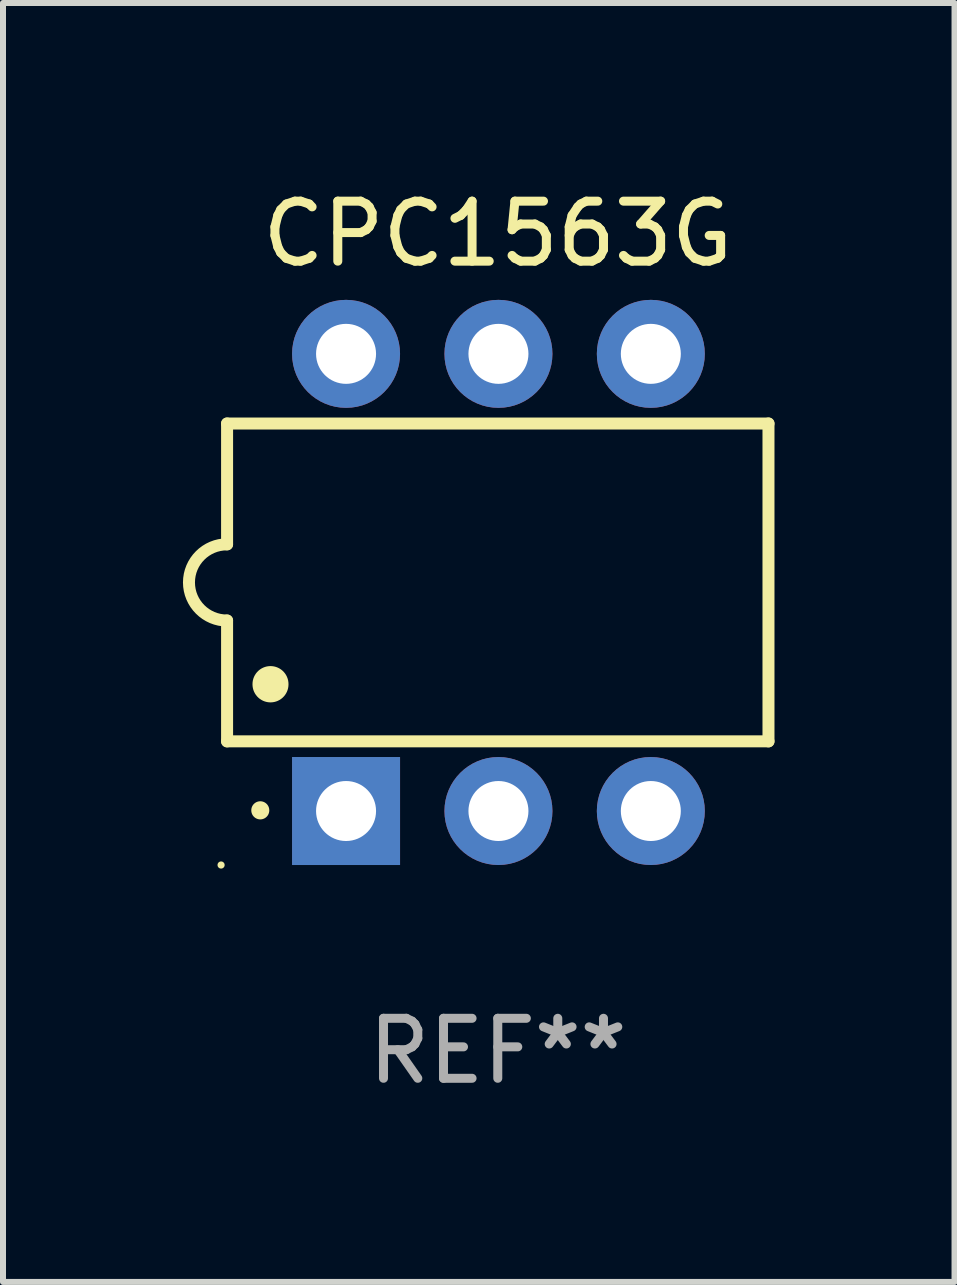
<source format=kicad_pcb>
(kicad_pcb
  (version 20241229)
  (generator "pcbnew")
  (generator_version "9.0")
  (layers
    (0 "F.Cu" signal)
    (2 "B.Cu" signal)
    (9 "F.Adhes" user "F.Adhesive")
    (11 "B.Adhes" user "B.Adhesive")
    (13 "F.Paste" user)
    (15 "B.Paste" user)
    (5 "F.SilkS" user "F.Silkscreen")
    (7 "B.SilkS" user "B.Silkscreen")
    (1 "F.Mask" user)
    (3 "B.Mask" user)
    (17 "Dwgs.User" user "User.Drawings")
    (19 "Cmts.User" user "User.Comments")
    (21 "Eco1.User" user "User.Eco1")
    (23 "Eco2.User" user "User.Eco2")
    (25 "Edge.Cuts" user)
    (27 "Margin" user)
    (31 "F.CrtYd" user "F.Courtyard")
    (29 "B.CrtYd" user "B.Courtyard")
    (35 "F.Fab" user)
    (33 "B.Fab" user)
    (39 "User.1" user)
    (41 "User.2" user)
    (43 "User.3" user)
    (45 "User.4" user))
  (footprint "CPC1563G"
    (layer "F.Cu")
    (at 5.247 6.658)
    (property "Reference" "CPC1563G" (at 0 -5.81 0) (layer "F.SilkS") (effects (font (size 1 1) (thickness 0.15))))
    (attr through_hole)
    (fp_line (start -4.512 -2.649) (end 4.512 -2.649) (stroke (width 0.2) (type solid)) (layer "F.SilkS"))
    (fp_line (start -4.512 -0.635) (end -4.512 -2.649) (stroke (width 0.2) (type solid)) (layer "F.SilkS"))
    (fp_line (start -4.512 2.649) (end -4.512 0.635) (stroke (width 0.2) (type solid)) (layer "F.SilkS"))
    (fp_line (start 4.512 -2.649) (end 4.512 2.649) (stroke (width 0.2) (type solid)) (layer "F.SilkS"))
    (fp_line (start 4.512 2.649) (end -4.512 2.649) (stroke (width 0.2) (type solid)) (layer "F.SilkS"))
    (fp_arc (start -4.512319 0.635001) (mid -5.14732 0) (end -4.512319 -0.635001) (stroke (width 0.2) (type solid)) (layer "F.SilkS"))
    (fp_arc (start -3.958598 3.799848) (mid -3.958603 3.798578) (end -3.958598 3.797308) (stroke (width 0.3) (type solid)) (layer "F.SilkS"))
    (fp_arc (start -3.788418 1.699263) (mid -3.788429 1.696723) (end -3.788418 1.694183) (stroke (width 0.6) (type solid)) (layer "F.SilkS"))
    (fp_circle (center -4.612 4.71) (end -4.582 4.71) (stroke (width 0.06) (type solid)) (fill no) (layer "F.SilkS"))
    (fp_text user "REF**" (at 0 7.81 0) (layer "F.Fab") (effects (font (size 1 1) (thickness 0.15))))
    (pad "1" thru_hole rect (at -2.529 3.81 90) (size 1.8 1.8) (drill 1) (layers "*.Cu" "*.Mask"))
    (pad "2" thru_hole circle (at 0.011 3.81) (size 1.8 1.8) (drill 1) (layers "*.Cu" "*.Mask"))
    (pad "3" thru_hole circle (at 2.551 3.81) (size 1.8 1.8) (drill 1) (layers "*.Cu" "*.Mask"))
    (pad "4" thru_hole circle (at 2.551 -3.81) (size 1.8 1.8) (drill 1) (layers "*.Cu" "*.Mask"))
    (pad "5" thru_hole circle (at 0.011 -3.81) (size 1.8 1.8) (drill 1) (layers "*.Cu" "*.Mask"))
    (pad "6" thru_hole circle (at -2.529 -3.81) (size 1.8 1.8) (drill 1) (layers "*.Cu" "*.Mask")))
  (gr_rect
    (start -3 -3)
    (end 12.86 18.317)
    (stroke (width 0.1) (type default))
    (fill no)
    (layer "Edge.Cuts")))
</source>
